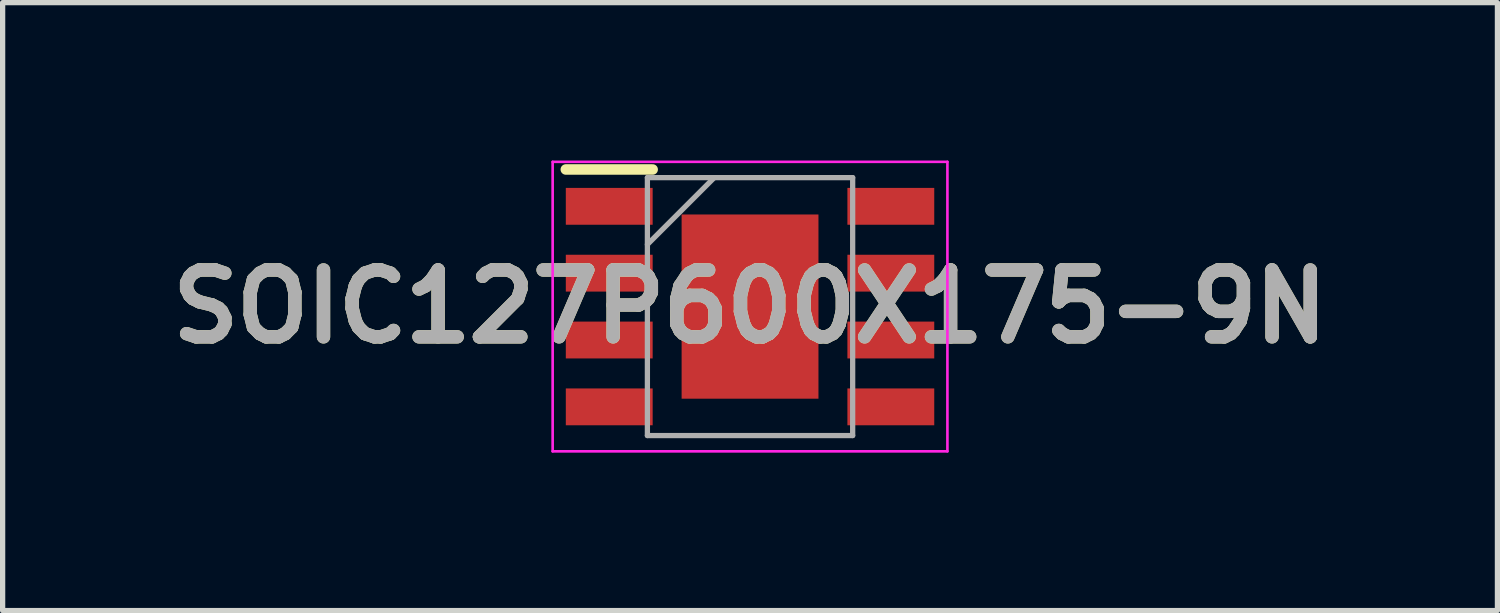
<source format=kicad_pcb>
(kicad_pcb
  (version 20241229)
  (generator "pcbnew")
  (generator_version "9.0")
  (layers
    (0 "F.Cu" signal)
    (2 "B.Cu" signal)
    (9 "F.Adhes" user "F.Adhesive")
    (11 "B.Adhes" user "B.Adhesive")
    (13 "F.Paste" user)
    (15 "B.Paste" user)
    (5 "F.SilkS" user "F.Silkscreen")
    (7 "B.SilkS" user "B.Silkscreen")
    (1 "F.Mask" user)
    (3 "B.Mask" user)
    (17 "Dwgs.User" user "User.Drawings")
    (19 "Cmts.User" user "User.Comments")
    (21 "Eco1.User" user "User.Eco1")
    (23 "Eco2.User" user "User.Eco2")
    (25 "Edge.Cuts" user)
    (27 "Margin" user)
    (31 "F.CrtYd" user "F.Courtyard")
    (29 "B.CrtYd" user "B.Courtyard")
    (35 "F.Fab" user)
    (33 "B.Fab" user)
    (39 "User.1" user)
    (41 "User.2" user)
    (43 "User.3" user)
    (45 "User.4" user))
  (footprint "SOIC127P600X175-9N"
    (layer "F.Cu")
    (at 11.2 2.775)
    (property "Reference" "SOIC127P600X175-9N" (at 0 0 0) (layer "F.SilkS") (effects (font (size 1.27 1.27) (thickness 0.254))))
    (attr smd)
    (fp_line (start -3.5 -2.605) (end -1.85 -2.605) (stroke (width 0.2) (type solid)) (layer "F.SilkS"))
    (fp_line (start -3.75 -2.75) (end 3.75 -2.75) (stroke (width 0.05) (type solid)) (layer "F.CrtYd"))
    (fp_line (start -3.75 2.75) (end -3.75 -2.75) (stroke (width 0.05) (type solid)) (layer "F.CrtYd"))
    (fp_line (start 3.75 -2.75) (end 3.75 2.75) (stroke (width 0.05) (type solid)) (layer "F.CrtYd"))
    (fp_line (start 3.75 2.75) (end -3.75 2.75) (stroke (width 0.05) (type solid)) (layer "F.CrtYd"))
    (fp_line (start -1.95 -2.45) (end 1.95 -2.45) (stroke (width 0.1) (type solid)) (layer "F.Fab"))
    (fp_line (start -1.95 -1.18) (end -0.68 -2.45) (stroke (width 0.1) (type solid)) (layer "F.Fab"))
    (fp_line (start -1.95 2.45) (end -1.95 -2.45) (stroke (width 0.1) (type solid)) (layer "F.Fab"))
    (fp_line (start 1.95 -2.45) (end 1.95 2.45) (stroke (width 0.1) (type solid)) (layer "F.Fab"))
    (fp_line (start 1.95 2.45) (end -1.95 2.45) (stroke (width 0.1) (type solid)) (layer "F.Fab"))
    (fp_text user "${REFERENCE}" (at 0 0 0) (layer "F.Fab") (effects (font (size 1.27 1.27) (thickness 0.254))))
    (pad "1" smd rect (at -2.675 -1.905 90) (size 0.7 1.65) (layers "F.Cu" "F.Mask" "F.Paste"))
    (pad "2" smd rect (at -2.675 -0.635 90) (size 0.7 1.65) (layers "F.Cu" "F.Mask" "F.Paste"))
    (pad "3" smd rect (at -2.675 0.635 90) (size 0.7 1.65) (layers "F.Cu" "F.Mask" "F.Paste"))
    (pad "4" smd rect (at -2.675 1.905 90) (size 0.7 1.65) (layers "F.Cu" "F.Mask" "F.Paste"))
    (pad "5" smd rect (at 2.675 1.905 90) (size 0.7 1.65) (layers "F.Cu" "F.Mask" "F.Paste"))
    (pad "6" smd rect (at 2.675 0.635 90) (size 0.7 1.65) (layers "F.Cu" "F.Mask" "F.Paste"))
    (pad "7" smd rect (at 2.675 -0.635 90) (size 0.7 1.65) (layers "F.Cu" "F.Mask" "F.Paste"))
    (pad "8" smd rect (at 2.675 -1.905 90) (size 0.7 1.65) (layers "F.Cu" "F.Mask" "F.Paste"))
    (pad "9" smd rect (at 0 0) (size 2.6 3.5) (layers "F.Cu" "F.Mask" "F.Paste")))
  (gr_rect
    (start -3 -3)
    (end 25.4 8.55)
    (stroke (width 0.1) (type default))
    (fill no)
    (layer "Edge.Cuts")))
</source>
